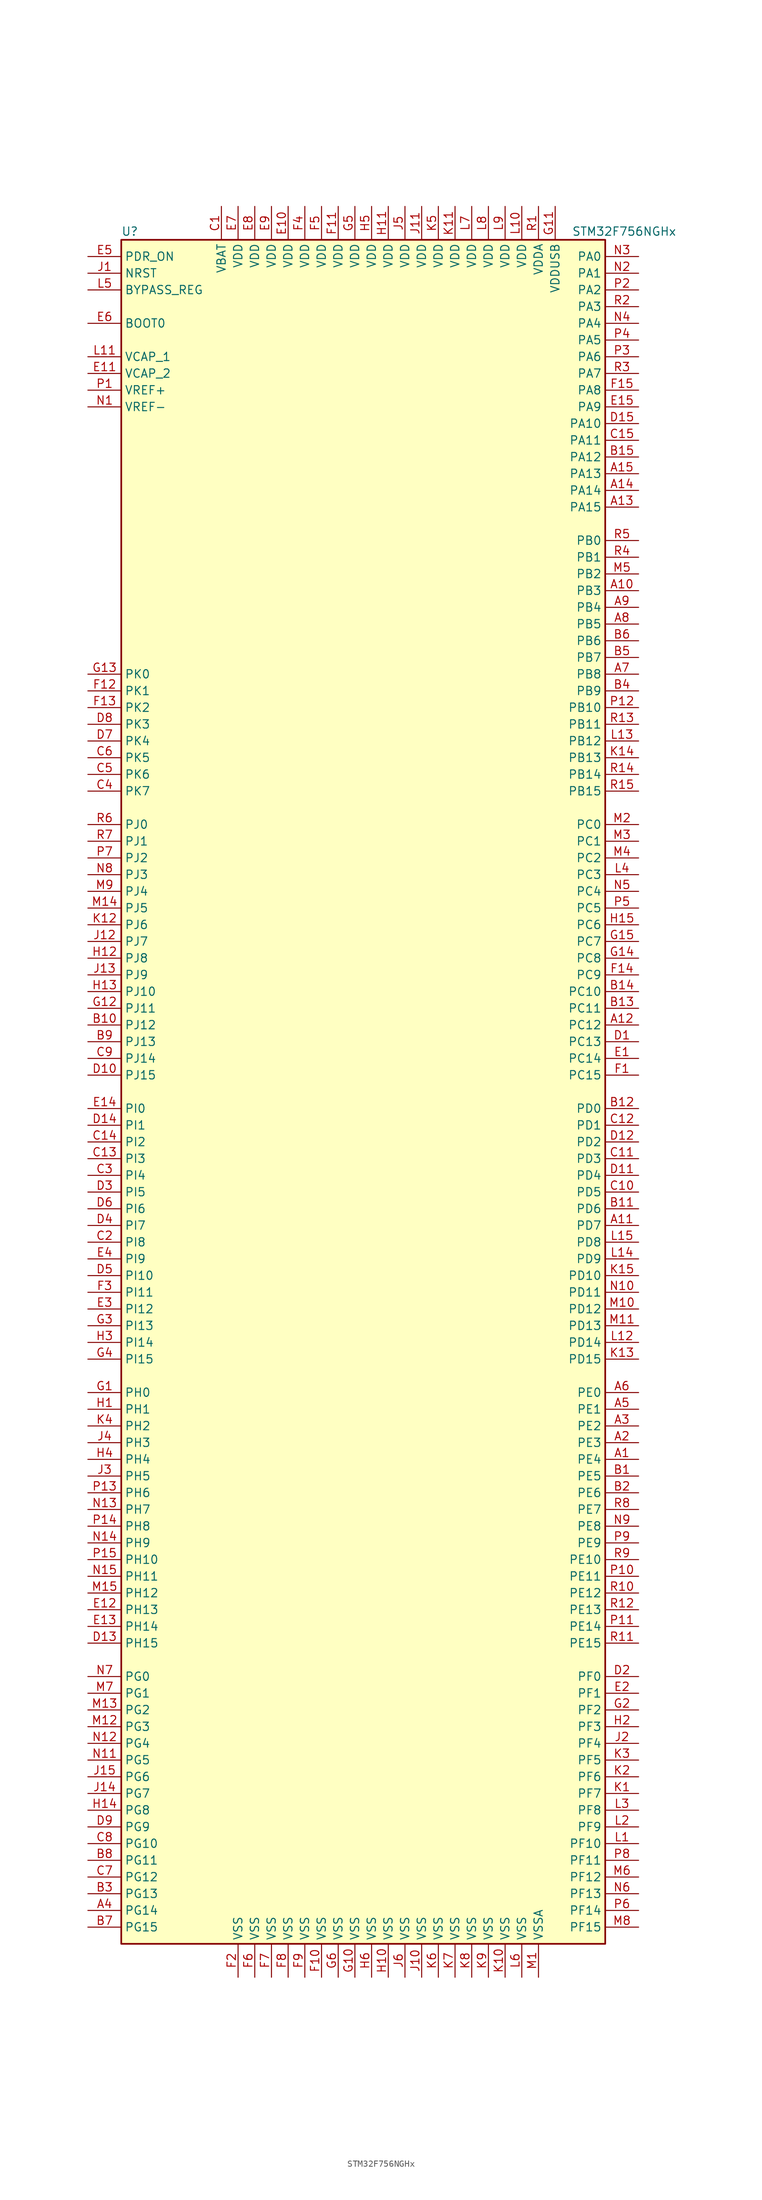
<source format=kicad_sym>
(kicad_symbol_lib
  (version 20220914)
  (generator kicad_symbol_editor)
  (symbol "STM32F756NGHx"
    (property "Reference" "U"
      (at -38.1 130.81 0)
      (effects (font (size 1.27 1.27)) (justify left)))
    (property "Value" "STM32F756NGHx"
      (at 30.48 130.81 0)
      (effects (font (size 1.27 1.27)) (justify left)))
    (symbol "STM32F756NGHx_0_1"
      (rectangle (start -38.1 -129.54) (end 35.56 129.54) (stroke (width 0.254) (type default)) (fill (type background))))
    (symbol "STM32F756NGHx_1_1"
      (pin bidirectional line (at 40.64 -55.88 180) (length 5.08) (name "PE4" (effects (font (size 1.27 1.27)))) (number "A1" (effects (font (size 1.27 1.27)))))
      (pin bidirectional line (at 40.64 76.2 180) (length 5.08) (name "PB3" (effects (font (size 1.27 1.27)))) (number "A10" (effects (font (size 1.27 1.27)))))
      (pin bidirectional line (at 40.64 -20.32 180) (length 5.08) (name "PD7" (effects (font (size 1.27 1.27)))) (number "A11" (effects (font (size 1.27 1.27)))))
      (pin bidirectional line (at 40.64 10.16 180) (length 5.08) (name "PC12" (effects (font (size 1.27 1.27)))) (number "A12" (effects (font (size 1.27 1.27)))))
      (pin bidirectional line (at 40.64 88.9 180) (length 5.08) (name "PA15" (effects (font (size 1.27 1.27)))) (number "A13" (effects (font (size 1.27 1.27)))))
      (pin bidirectional line (at 40.64 91.44 180) (length 5.08) (name "PA14" (effects (font (size 1.27 1.27)))) (number "A14" (effects (font (size 1.27 1.27)))))
      (pin bidirectional line (at 40.64 93.98 180) (length 5.08) (name "PA13" (effects (font (size 1.27 1.27)))) (number "A15" (effects (font (size 1.27 1.27)))))
      (pin bidirectional line (at 40.64 -53.34 180) (length 5.08) (name "PE3" (effects (font (size 1.27 1.27)))) (number "A2" (effects (font (size 1.27 1.27)))))
      (pin bidirectional line (at 40.64 -50.8 180) (length 5.08) (name "PE2" (effects (font (size 1.27 1.27)))) (number "A3" (effects (font (size 1.27 1.27)))))
      (pin bidirectional line (at -43.18 -124.46 0) (length 5.08) (name "PG14" (effects (font (size 1.27 1.27)))) (number "A4" (effects (font (size 1.27 1.27)))))
      (pin bidirectional line (at 40.64 -48.26 180) (length 5.08) (name "PE1" (effects (font (size 1.27 1.27)))) (number "A5" (effects (font (size 1.27 1.27)))))
      (pin bidirectional line (at 40.64 -45.72 180) (length 5.08) (name "PE0" (effects (font (size 1.27 1.27)))) (number "A6" (effects (font (size 1.27 1.27)))))
      (pin bidirectional line (at 40.64 63.5 180) (length 5.08) (name "PB8" (effects (font (size 1.27 1.27)))) (number "A7" (effects (font (size 1.27 1.27)))))
      (pin bidirectional line (at 40.64 71.12 180) (length 5.08) (name "PB5" (effects (font (size 1.27 1.27)))) (number "A8" (effects (font (size 1.27 1.27)))))
      (pin bidirectional line (at 40.64 73.66 180) (length 5.08) (name "PB4" (effects (font (size 1.27 1.27)))) (number "A9" (effects (font (size 1.27 1.27)))))
      (pin bidirectional line (at 40.64 -58.42 180) (length 5.08) (name "PE5" (effects (font (size 1.27 1.27)))) (number "B1" (effects (font (size 1.27 1.27)))))
      (pin bidirectional line (at -43.18 10.16 0) (length 5.08) (name "PJ12" (effects (font (size 1.27 1.27)))) (number "B10" (effects (font (size 1.27 1.27)))))
      (pin bidirectional line (at 40.64 -17.78 180) (length 5.08) (name "PD6" (effects (font (size 1.27 1.27)))) (number "B11" (effects (font (size 1.27 1.27)))))
      (pin bidirectional line (at 40.64 -2.54 180) (length 5.08) (name "PD0" (effects (font (size 1.27 1.27)))) (number "B12" (effects (font (size 1.27 1.27)))))
      (pin bidirectional line (at 40.64 12.7 180) (length 5.08) (name "PC11" (effects (font (size 1.27 1.27)))) (number "B13" (effects (font (size 1.27 1.27)))))
      (pin bidirectional line (at 40.64 15.24 180) (length 5.08) (name "PC10" (effects (font (size 1.27 1.27)))) (number "B14" (effects (font (size 1.27 1.27)))))
      (pin bidirectional line (at 40.64 96.52 180) (length 5.08) (name "PA12" (effects (font (size 1.27 1.27)))) (number "B15" (effects (font (size 1.27 1.27)))))
      (pin bidirectional line (at 40.64 -60.96 180) (length 5.08) (name "PE6" (effects (font (size 1.27 1.27)))) (number "B2" (effects (font (size 1.27 1.27)))))
      (pin bidirectional line (at -43.18 -121.92 0) (length 5.08) (name "PG13" (effects (font (size 1.27 1.27)))) (number "B3" (effects (font (size 1.27 1.27)))))
      (pin bidirectional line (at 40.64 60.96 180) (length 5.08) (name "PB9" (effects (font (size 1.27 1.27)))) (number "B4" (effects (font (size 1.27 1.27)))))
      (pin bidirectional line (at 40.64 66.04 180) (length 5.08) (name "PB7" (effects (font (size 1.27 1.27)))) (number "B5" (effects (font (size 1.27 1.27)))))
      (pin bidirectional line (at 40.64 68.58 180) (length 5.08) (name "PB6" (effects (font (size 1.27 1.27)))) (number "B6" (effects (font (size 1.27 1.27)))))
      (pin bidirectional line (at -43.18 -127 0) (length 5.08) (name "PG15" (effects (font (size 1.27 1.27)))) (number "B7" (effects (font (size 1.27 1.27)))))
      (pin bidirectional line (at -43.18 -116.84 0) (length 5.08) (name "PG11" (effects (font (size 1.27 1.27)))) (number "B8" (effects (font (size 1.27 1.27)))))
      (pin bidirectional line (at -43.18 7.62 0) (length 5.08) (name "PJ13" (effects (font (size 1.27 1.27)))) (number "B9" (effects (font (size 1.27 1.27)))))
      (pin power_in line (at -22.86 134.62 270) (length 5.08) (name "VBAT" (effects (font (size 1.27 1.27)))) (number "C1" (effects (font (size 1.27 1.27)))))
      (pin bidirectional line (at 40.64 -15.24 180) (length 5.08) (name "PD5" (effects (font (size 1.27 1.27)))) (number "C10" (effects (font (size 1.27 1.27)))))
      (pin bidirectional line (at 40.64 -10.16 180) (length 5.08) (name "PD3" (effects (font (size 1.27 1.27)))) (number "C11" (effects (font (size 1.27 1.27)))))
      (pin bidirectional line (at 40.64 -5.08 180) (length 5.08) (name "PD1" (effects (font (size 1.27 1.27)))) (number "C12" (effects (font (size 1.27 1.27)))))
      (pin bidirectional line (at -43.18 -10.16 0) (length 5.08) (name "PI3" (effects (font (size 1.27 1.27)))) (number "C13" (effects (font (size 1.27 1.27)))))
      (pin bidirectional line (at -43.18 -7.62 0) (length 5.08) (name "PI2" (effects (font (size 1.27 1.27)))) (number "C14" (effects (font (size 1.27 1.27)))))
      (pin bidirectional line (at 40.64 99.06 180) (length 5.08) (name "PA11" (effects (font (size 1.27 1.27)))) (number "C15" (effects (font (size 1.27 1.27)))))
      (pin bidirectional line (at -43.18 -22.86 0) (length 5.08) (name "PI8" (effects (font (size 1.27 1.27)))) (number "C2" (effects (font (size 1.27 1.27)))))
      (pin bidirectional line (at -43.18 -12.7 0) (length 5.08) (name "PI4" (effects (font (size 1.27 1.27)))) (number "C3" (effects (font (size 1.27 1.27)))))
      (pin bidirectional line (at -43.18 45.72 0) (length 5.08) (name "PK7" (effects (font (size 1.27 1.27)))) (number "C4" (effects (font (size 1.27 1.27)))))
      (pin bidirectional line (at -43.18 48.26 0) (length 5.08) (name "PK6" (effects (font (size 1.27 1.27)))) (number "C5" (effects (font (size 1.27 1.27)))))
      (pin bidirectional line (at -43.18 50.8 0) (length 5.08) (name "PK5" (effects (font (size 1.27 1.27)))) (number "C6" (effects (font (size 1.27 1.27)))))
      (pin bidirectional line (at -43.18 -119.38 0) (length 5.08) (name "PG12" (effects (font (size 1.27 1.27)))) (number "C7" (effects (font (size 1.27 1.27)))))
      (pin bidirectional line (at -43.18 -114.3 0) (length 5.08) (name "PG10" (effects (font (size 1.27 1.27)))) (number "C8" (effects (font (size 1.27 1.27)))))
      (pin bidirectional line (at -43.18 5.08 0) (length 5.08) (name "PJ14" (effects (font (size 1.27 1.27)))) (number "C9" (effects (font (size 1.27 1.27)))))
      (pin bidirectional line (at 40.64 7.62 180) (length 5.08) (name "PC13" (effects (font (size 1.27 1.27)))) (number "D1" (effects (font (size 1.27 1.27)))))
      (pin bidirectional line (at -43.18 2.54 0) (length 5.08) (name "PJ15" (effects (font (size 1.27 1.27)))) (number "D10" (effects (font (size 1.27 1.27)))))
      (pin bidirectional line (at 40.64 -12.7 180) (length 5.08) (name "PD4" (effects (font (size 1.27 1.27)))) (number "D11" (effects (font (size 1.27 1.27)))))
      (pin bidirectional line (at 40.64 -7.62 180) (length 5.08) (name "PD2" (effects (font (size 1.27 1.27)))) (number "D12" (effects (font (size 1.27 1.27)))))
      (pin bidirectional line (at -43.18 -83.82 0) (length 5.08) (name "PH15" (effects (font (size 1.27 1.27)))) (number "D13" (effects (font (size 1.27 1.27)))))
      (pin bidirectional line (at -43.18 -5.08 0) (length 5.08) (name "PI1" (effects (font (size 1.27 1.27)))) (number "D14" (effects (font (size 1.27 1.27)))))
      (pin bidirectional line (at 40.64 101.6 180) (length 5.08) (name "PA10" (effects (font (size 1.27 1.27)))) (number "D15" (effects (font (size 1.27 1.27)))))
      (pin bidirectional line (at 40.64 -88.9 180) (length 5.08) (name "PF0" (effects (font (size 1.27 1.27)))) (number "D2" (effects (font (size 1.27 1.27)))))
      (pin bidirectional line (at -43.18 -15.24 0) (length 5.08) (name "PI5" (effects (font (size 1.27 1.27)))) (number "D3" (effects (font (size 1.27 1.27)))))
      (pin bidirectional line (at -43.18 -20.32 0) (length 5.08) (name "PI7" (effects (font (size 1.27 1.27)))) (number "D4" (effects (font (size 1.27 1.27)))))
      (pin bidirectional line (at -43.18 -27.94 0) (length 5.08) (name "PI10" (effects (font (size 1.27 1.27)))) (number "D5" (effects (font (size 1.27 1.27)))))
      (pin bidirectional line (at -43.18 -17.78 0) (length 5.08) (name "PI6" (effects (font (size 1.27 1.27)))) (number "D6" (effects (font (size 1.27 1.27)))))
      (pin bidirectional line (at -43.18 53.34 0) (length 5.08) (name "PK4" (effects (font (size 1.27 1.27)))) (number "D7" (effects (font (size 1.27 1.27)))))
      (pin bidirectional line (at -43.18 55.88 0) (length 5.08) (name "PK3" (effects (font (size 1.27 1.27)))) (number "D8" (effects (font (size 1.27 1.27)))))
      (pin bidirectional line (at -43.18 -111.76 0) (length 5.08) (name "PG9" (effects (font (size 1.27 1.27)))) (number "D9" (effects (font (size 1.27 1.27)))))
      (pin bidirectional line (at 40.64 5.08 180) (length 5.08) (name "PC14" (effects (font (size 1.27 1.27)))) (number "E1" (effects (font (size 1.27 1.27)))))
      (pin power_in line (at -12.7 134.62 270) (length 5.08) (name "VDD" (effects (font (size 1.27 1.27)))) (number "E10" (effects (font (size 1.27 1.27)))))
      (pin power_in line (at -43.18 109.22 0) (length 5.08) (name "VCAP_2" (effects (font (size 1.27 1.27)))) (number "E11" (effects (font (size 1.27 1.27)))))
      (pin bidirectional line (at -43.18 -78.74 0) (length 5.08) (name "PH13" (effects (font (size 1.27 1.27)))) (number "E12" (effects (font (size 1.27 1.27)))))
      (pin bidirectional line (at -43.18 -81.28 0) (length 5.08) (name "PH14" (effects (font (size 1.27 1.27)))) (number "E13" (effects (font (size 1.27 1.27)))))
      (pin bidirectional line (at -43.18 -2.54 0) (length 5.08) (name "PI0" (effects (font (size 1.27 1.27)))) (number "E14" (effects (font (size 1.27 1.27)))))
      (pin bidirectional line (at 40.64 104.14 180) (length 5.08) (name "PA9" (effects (font (size 1.27 1.27)))) (number "E15" (effects (font (size 1.27 1.27)))))
      (pin bidirectional line (at 40.64 -91.44 180) (length 5.08) (name "PF1" (effects (font (size 1.27 1.27)))) (number "E2" (effects (font (size 1.27 1.27)))))
      (pin bidirectional line (at -43.18 -33.02 0) (length 5.08) (name "PI12" (effects (font (size 1.27 1.27)))) (number "E3" (effects (font (size 1.27 1.27)))))
      (pin bidirectional line (at -43.18 -25.4 0) (length 5.08) (name "PI9" (effects (font (size 1.27 1.27)))) (number "E4" (effects (font (size 1.27 1.27)))))
      (pin input line (at -43.18 127 0) (length 5.08) (name "PDR_ON" (effects (font (size 1.27 1.27)))) (number "E5" (effects (font (size 1.27 1.27)))))
      (pin input line (at -43.18 116.84 0) (length 5.08) (name "BOOT0" (effects (font (size 1.27 1.27)))) (number "E6" (effects (font (size 1.27 1.27)))))
      (pin power_in line (at -20.32 134.62 270) (length 5.08) (name "VDD" (effects (font (size 1.27 1.27)))) (number "E7" (effects (font (size 1.27 1.27)))))
      (pin power_in line (at -17.78 134.62 270) (length 5.08) (name "VDD" (effects (font (size 1.27 1.27)))) (number "E8" (effects (font (size 1.27 1.27)))))
      (pin power_in line (at -15.24 134.62 270) (length 5.08) (name "VDD" (effects (font (size 1.27 1.27)))) (number "E9" (effects (font (size 1.27 1.27)))))
      (pin bidirectional line (at 40.64 2.54 180) (length 5.08) (name "PC15" (effects (font (size 1.27 1.27)))) (number "F1" (effects (font (size 1.27 1.27)))))
      (pin power_in line (at -7.62 -134.62 90) (length 5.08) (name "VSS" (effects (font (size 1.27 1.27)))) (number "F10" (effects (font (size 1.27 1.27)))))
      (pin power_in line (at -5.08 134.62 270) (length 5.08) (name "VDD" (effects (font (size 1.27 1.27)))) (number "F11" (effects (font (size 1.27 1.27)))))
      (pin bidirectional line (at -43.18 60.96 0) (length 5.08) (name "PK1" (effects (font (size 1.27 1.27)))) (number "F12" (effects (font (size 1.27 1.27)))))
      (pin bidirectional line (at -43.18 58.42 0) (length 5.08) (name "PK2" (effects (font (size 1.27 1.27)))) (number "F13" (effects (font (size 1.27 1.27)))))
      (pin bidirectional line (at 40.64 17.78 180) (length 5.08) (name "PC9" (effects (font (size 1.27 1.27)))) (number "F14" (effects (font (size 1.27 1.27)))))
      (pin bidirectional line (at 40.64 106.68 180) (length 5.08) (name "PA8" (effects (font (size 1.27 1.27)))) (number "F15" (effects (font (size 1.27 1.27)))))
      (pin power_in line (at -20.32 -134.62 90) (length 5.08) (name "VSS" (effects (font (size 1.27 1.27)))) (number "F2" (effects (font (size 1.27 1.27)))))
      (pin bidirectional line (at -43.18 -30.48 0) (length 5.08) (name "PI11" (effects (font (size 1.27 1.27)))) (number "F3" (effects (font (size 1.27 1.27)))))
      (pin power_in line (at -10.16 134.62 270) (length 5.08) (name "VDD" (effects (font (size 1.27 1.27)))) (number "F4" (effects (font (size 1.27 1.27)))))
      (pin power_in line (at -7.62 134.62 270) (length 5.08) (name "VDD" (effects (font (size 1.27 1.27)))) (number "F5" (effects (font (size 1.27 1.27)))))
      (pin power_in line (at -17.78 -134.62 90) (length 5.08) (name "VSS" (effects (font (size 1.27 1.27)))) (number "F6" (effects (font (size 1.27 1.27)))))
      (pin power_in line (at -15.24 -134.62 90) (length 5.08) (name "VSS" (effects (font (size 1.27 1.27)))) (number "F7" (effects (font (size 1.27 1.27)))))
      (pin power_in line (at -12.7 -134.62 90) (length 5.08) (name "VSS" (effects (font (size 1.27 1.27)))) (number "F8" (effects (font (size 1.27 1.27)))))
      (pin power_in line (at -10.16 -134.62 90) (length 5.08) (name "VSS" (effects (font (size 1.27 1.27)))) (number "F9" (effects (font (size 1.27 1.27)))))
      (pin input line (at -43.18 -45.72 0) (length 5.08) (name "PH0" (effects (font (size 1.27 1.27)))) (number "G1" (effects (font (size 1.27 1.27)))))
      (pin power_in line (at -2.54 -134.62 90) (length 5.08) (name "VSS" (effects (font (size 1.27 1.27)))) (number "G10" (effects (font (size 1.27 1.27)))))
      (pin power_in line (at 27.94 134.62 270) (length 5.08) (name "VDDUSB" (effects (font (size 1.27 1.27)))) (number "G11" (effects (font (size 1.27 1.27)))))
      (pin bidirectional line (at -43.18 12.7 0) (length 5.08) (name "PJ11" (effects (font (size 1.27 1.27)))) (number "G12" (effects (font (size 1.27 1.27)))))
      (pin bidirectional line (at -43.18 63.5 0) (length 5.08) (name "PK0" (effects (font (size 1.27 1.27)))) (number "G13" (effects (font (size 1.27 1.27)))))
      (pin bidirectional line (at 40.64 20.32 180) (length 5.08) (name "PC8" (effects (font (size 1.27 1.27)))) (number "G14" (effects (font (size 1.27 1.27)))))
      (pin bidirectional line (at 40.64 22.86 180) (length 5.08) (name "PC7" (effects (font (size 1.27 1.27)))) (number "G15" (effects (font (size 1.27 1.27)))))
      (pin bidirectional line (at 40.64 -93.98 180) (length 5.08) (name "PF2" (effects (font (size 1.27 1.27)))) (number "G2" (effects (font (size 1.27 1.27)))))
      (pin bidirectional line (at -43.18 -35.56 0) (length 5.08) (name "PI13" (effects (font (size 1.27 1.27)))) (number "G3" (effects (font (size 1.27 1.27)))))
      (pin bidirectional line (at -43.18 -40.64 0) (length 5.08) (name "PI15" (effects (font (size 1.27 1.27)))) (number "G4" (effects (font (size 1.27 1.27)))))
      (pin power_in line (at -2.54 134.62 270) (length 5.08) (name "VDD" (effects (font (size 1.27 1.27)))) (number "G5" (effects (font (size 1.27 1.27)))))
      (pin power_in line (at -5.08 -134.62 90) (length 5.08) (name "VSS" (effects (font (size 1.27 1.27)))) (number "G6" (effects (font (size 1.27 1.27)))))
      (pin input line (at -43.18 -48.26 0) (length 5.08) (name "PH1" (effects (font (size 1.27 1.27)))) (number "H1" (effects (font (size 1.27 1.27)))))
      (pin power_in line (at 2.54 -134.62 90) (length 5.08) (name "VSS" (effects (font (size 1.27 1.27)))) (number "H10" (effects (font (size 1.27 1.27)))))
      (pin power_in line (at 2.54 134.62 270) (length 5.08) (name "VDD" (effects (font (size 1.27 1.27)))) (number "H11" (effects (font (size 1.27 1.27)))))
      (pin bidirectional line (at -43.18 20.32 0) (length 5.08) (name "PJ8" (effects (font (size 1.27 1.27)))) (number "H12" (effects (font (size 1.27 1.27)))))
      (pin bidirectional line (at -43.18 15.24 0) (length 5.08) (name "PJ10" (effects (font (size 1.27 1.27)))) (number "H13" (effects (font (size 1.27 1.27)))))
      (pin bidirectional line (at -43.18 -109.22 0) (length 5.08) (name "PG8" (effects (font (size 1.27 1.27)))) (number "H14" (effects (font (size 1.27 1.27)))))
      (pin bidirectional line (at 40.64 25.4 180) (length 5.08) (name "PC6" (effects (font (size 1.27 1.27)))) (number "H15" (effects (font (size 1.27 1.27)))))
      (pin bidirectional line (at 40.64 -96.52 180) (length 5.08) (name "PF3" (effects (font (size 1.27 1.27)))) (number "H2" (effects (font (size 1.27 1.27)))))
      (pin bidirectional line (at -43.18 -38.1 0) (length 5.08) (name "PI14" (effects (font (size 1.27 1.27)))) (number "H3" (effects (font (size 1.27 1.27)))))
      (pin bidirectional line (at -43.18 -55.88 0) (length 5.08) (name "PH4" (effects (font (size 1.27 1.27)))) (number "H4" (effects (font (size 1.27 1.27)))))
      (pin power_in line (at 0 134.62 270) (length 5.08) (name "VDD" (effects (font (size 1.27 1.27)))) (number "H5" (effects (font (size 1.27 1.27)))))
      (pin power_in line (at 0 -134.62 90) (length 5.08) (name "VSS" (effects (font (size 1.27 1.27)))) (number "H6" (effects (font (size 1.27 1.27)))))
      (pin input line (at -43.18 124.46 0) (length 5.08) (name "NRST" (effects (font (size 1.27 1.27)))) (number "J1" (effects (font (size 1.27 1.27)))))
      (pin power_in line (at 7.62 -134.62 90) (length 5.08) (name "VSS" (effects (font (size 1.27 1.27)))) (number "J10" (effects (font (size 1.27 1.27)))))
      (pin power_in line (at 7.62 134.62 270) (length 5.08) (name "VDD" (effects (font (size 1.27 1.27)))) (number "J11" (effects (font (size 1.27 1.27)))))
      (pin bidirectional line (at -43.18 22.86 0) (length 5.08) (name "PJ7" (effects (font (size 1.27 1.27)))) (number "J12" (effects (font (size 1.27 1.27)))))
      (pin bidirectional line (at -43.18 17.78 0) (length 5.08) (name "PJ9" (effects (font (size 1.27 1.27)))) (number "J13" (effects (font (size 1.27 1.27)))))
      (pin bidirectional line (at -43.18 -106.68 0) (length 5.08) (name "PG7" (effects (font (size 1.27 1.27)))) (number "J14" (effects (font (size 1.27 1.27)))))
      (pin bidirectional line (at -43.18 -104.14 0) (length 5.08) (name "PG6" (effects (font (size 1.27 1.27)))) (number "J15" (effects (font (size 1.27 1.27)))))
      (pin bidirectional line (at 40.64 -99.06 180) (length 5.08) (name "PF4" (effects (font (size 1.27 1.27)))) (number "J2" (effects (font (size 1.27 1.27)))))
      (pin bidirectional line (at -43.18 -58.42 0) (length 5.08) (name "PH5" (effects (font (size 1.27 1.27)))) (number "J3" (effects (font (size 1.27 1.27)))))
      (pin bidirectional line (at -43.18 -53.34 0) (length 5.08) (name "PH3" (effects (font (size 1.27 1.27)))) (number "J4" (effects (font (size 1.27 1.27)))))
      (pin power_in line (at 5.08 134.62 270) (length 5.08) (name "VDD" (effects (font (size 1.27 1.27)))) (number "J5" (effects (font (size 1.27 1.27)))))
      (pin power_in line (at 5.08 -134.62 90) (length 5.08) (name "VSS" (effects (font (size 1.27 1.27)))) (number "J6" (effects (font (size 1.27 1.27)))))
      (pin bidirectional line (at 40.64 -106.68 180) (length 5.08) (name "PF7" (effects (font (size 1.27 1.27)))) (number "K1" (effects (font (size 1.27 1.27)))))
      (pin power_in line (at 20.32 -134.62 90) (length 5.08) (name "VSS" (effects (font (size 1.27 1.27)))) (number "K10" (effects (font (size 1.27 1.27)))))
      (pin power_in line (at 12.7 134.62 270) (length 5.08) (name "VDD" (effects (font (size 1.27 1.27)))) (number "K11" (effects (font (size 1.27 1.27)))))
      (pin bidirectional line (at -43.18 25.4 0) (length 5.08) (name "PJ6" (effects (font (size 1.27 1.27)))) (number "K12" (effects (font (size 1.27 1.27)))))
      (pin bidirectional line (at 40.64 -40.64 180) (length 5.08) (name "PD15" (effects (font (size 1.27 1.27)))) (number "K13" (effects (font (size 1.27 1.27)))))
      (pin bidirectional line (at 40.64 50.8 180) (length 5.08) (name "PB13" (effects (font (size 1.27 1.27)))) (number "K14" (effects (font (size 1.27 1.27)))))
      (pin bidirectional line (at 40.64 -27.94 180) (length 5.08) (name "PD10" (effects (font (size 1.27 1.27)))) (number "K15" (effects (font (size 1.27 1.27)))))
      (pin bidirectional line (at 40.64 -104.14 180) (length 5.08) (name "PF6" (effects (font (size 1.27 1.27)))) (number "K2" (effects (font (size 1.27 1.27)))))
      (pin bidirectional line (at 40.64 -101.6 180) (length 5.08) (name "PF5" (effects (font (size 1.27 1.27)))) (number "K3" (effects (font (size 1.27 1.27)))))
      (pin bidirectional line (at -43.18 -50.8 0) (length 5.08) (name "PH2" (effects (font (size 1.27 1.27)))) (number "K4" (effects (font (size 1.27 1.27)))))
      (pin power_in line (at 10.16 134.62 270) (length 5.08) (name "VDD" (effects (font (size 1.27 1.27)))) (number "K5" (effects (font (size 1.27 1.27)))))
      (pin power_in line (at 10.16 -134.62 90) (length 5.08) (name "VSS" (effects (font (size 1.27 1.27)))) (number "K6" (effects (font (size 1.27 1.27)))))
      (pin power_in line (at 12.7 -134.62 90) (length 5.08) (name "VSS" (effects (font (size 1.27 1.27)))) (number "K7" (effects (font (size 1.27 1.27)))))
      (pin power_in line (at 15.24 -134.62 90) (length 5.08) (name "VSS" (effects (font (size 1.27 1.27)))) (number "K8" (effects (font (size 1.27 1.27)))))
      (pin power_in line (at 17.78 -134.62 90) (length 5.08) (name "VSS" (effects (font (size 1.27 1.27)))) (number "K9" (effects (font (size 1.27 1.27)))))
      (pin bidirectional line (at 40.64 -114.3 180) (length 5.08) (name "PF10" (effects (font (size 1.27 1.27)))) (number "L1" (effects (font (size 1.27 1.27)))))
      (pin power_in line (at 22.86 134.62 270) (length 5.08) (name "VDD" (effects (font (size 1.27 1.27)))) (number "L10" (effects (font (size 1.27 1.27)))))
      (pin power_in line (at -43.18 111.76 0) (length 5.08) (name "VCAP_1" (effects (font (size 1.27 1.27)))) (number "L11" (effects (font (size 1.27 1.27)))))
      (pin bidirectional line (at 40.64 -38.1 180) (length 5.08) (name "PD14" (effects (font (size 1.27 1.27)))) (number "L12" (effects (font (size 1.27 1.27)))))
      (pin bidirectional line (at 40.64 53.34 180) (length 5.08) (name "PB12" (effects (font (size 1.27 1.27)))) (number "L13" (effects (font (size 1.27 1.27)))))
      (pin bidirectional line (at 40.64 -25.4 180) (length 5.08) (name "PD9" (effects (font (size 1.27 1.27)))) (number "L14" (effects (font (size 1.27 1.27)))))
      (pin bidirectional line (at 40.64 -22.86 180) (length 5.08) (name "PD8" (effects (font (size 1.27 1.27)))) (number "L15" (effects (font (size 1.27 1.27)))))
      (pin bidirectional line (at 40.64 -111.76 180) (length 5.08) (name "PF9" (effects (font (size 1.27 1.27)))) (number "L2" (effects (font (size 1.27 1.27)))))
      (pin bidirectional line (at 40.64 -109.22 180) (length 5.08) (name "PF8" (effects (font (size 1.27 1.27)))) (number "L3" (effects (font (size 1.27 1.27)))))
      (pin bidirectional line (at 40.64 33.02 180) (length 5.08) (name "PC3" (effects (font (size 1.27 1.27)))) (number "L4" (effects (font (size 1.27 1.27)))))
      (pin input line (at -43.18 121.92 0) (length 5.08) (name "BYPASS_REG" (effects (font (size 1.27 1.27)))) (number "L5" (effects (font (size 1.27 1.27)))))
      (pin power_in line (at 22.86 -134.62 90) (length 5.08) (name "VSS" (effects (font (size 1.27 1.27)))) (number "L6" (effects (font (size 1.27 1.27)))))
      (pin power_in line (at 15.24 134.62 270) (length 5.08) (name "VDD" (effects (font (size 1.27 1.27)))) (number "L7" (effects (font (size 1.27 1.27)))))
      (pin power_in line (at 17.78 134.62 270) (length 5.08) (name "VDD" (effects (font (size 1.27 1.27)))) (number "L8" (effects (font (size 1.27 1.27)))))
      (pin power_in line (at 20.32 134.62 270) (length 5.08) (name "VDD" (effects (font (size 1.27 1.27)))) (number "L9" (effects (font (size 1.27 1.27)))))
      (pin power_in line (at 25.4 -134.62 90) (length 5.08) (name "VSSA" (effects (font (size 1.27 1.27)))) (number "M1" (effects (font (size 1.27 1.27)))))
      (pin bidirectional line (at 40.64 -33.02 180) (length 5.08) (name "PD12" (effects (font (size 1.27 1.27)))) (number "M10" (effects (font (size 1.27 1.27)))))
      (pin bidirectional line (at 40.64 -35.56 180) (length 5.08) (name "PD13" (effects (font (size 1.27 1.27)))) (number "M11" (effects (font (size 1.27 1.27)))))
      (pin bidirectional line (at -43.18 -96.52 0) (length 5.08) (name "PG3" (effects (font (size 1.27 1.27)))) (number "M12" (effects (font (size 1.27 1.27)))))
      (pin bidirectional line (at -43.18 -93.98 0) (length 5.08) (name "PG2" (effects (font (size 1.27 1.27)))) (number "M13" (effects (font (size 1.27 1.27)))))
      (pin bidirectional line (at -43.18 27.94 0) (length 5.08) (name "PJ5" (effects (font (size 1.27 1.27)))) (number "M14" (effects (font (size 1.27 1.27)))))
      (pin bidirectional line (at -43.18 -76.2 0) (length 5.08) (name "PH12" (effects (font (size 1.27 1.27)))) (number "M15" (effects (font (size 1.27 1.27)))))
      (pin bidirectional line (at 40.64 40.64 180) (length 5.08) (name "PC0" (effects (font (size 1.27 1.27)))) (number "M2" (effects (font (size 1.27 1.27)))))
      (pin bidirectional line (at 40.64 38.1 180) (length 5.08) (name "PC1" (effects (font (size 1.27 1.27)))) (number "M3" (effects (font (size 1.27 1.27)))))
      (pin bidirectional line (at 40.64 35.56 180) (length 5.08) (name "PC2" (effects (font (size 1.27 1.27)))) (number "M4" (effects (font (size 1.27 1.27)))))
      (pin bidirectional line (at 40.64 78.74 180) (length 5.08) (name "PB2" (effects (font (size 1.27 1.27)))) (number "M5" (effects (font (size 1.27 1.27)))))
      (pin bidirectional line (at 40.64 -119.38 180) (length 5.08) (name "PF12" (effects (font (size 1.27 1.27)))) (number "M6" (effects (font (size 1.27 1.27)))))
      (pin bidirectional line (at -43.18 -91.44 0) (length 5.08) (name "PG1" (effects (font (size 1.27 1.27)))) (number "M7" (effects (font (size 1.27 1.27)))))
      (pin bidirectional line (at 40.64 -127 180) (length 5.08) (name "PF15" (effects (font (size 1.27 1.27)))) (number "M8" (effects (font (size 1.27 1.27)))))
      (pin bidirectional line (at -43.18 30.48 0) (length 5.08) (name "PJ4" (effects (font (size 1.27 1.27)))) (number "M9" (effects (font (size 1.27 1.27)))))
      (pin power_in line (at -43.18 104.14 0) (length 5.08) (name "VREF-" (effects (font (size 1.27 1.27)))) (number "N1" (effects (font (size 1.27 1.27)))))
      (pin bidirectional line (at 40.64 -30.48 180) (length 5.08) (name "PD11" (effects (font (size 1.27 1.27)))) (number "N10" (effects (font (size 1.27 1.27)))))
      (pin bidirectional line (at -43.18 -101.6 0) (length 5.08) (name "PG5" (effects (font (size 1.27 1.27)))) (number "N11" (effects (font (size 1.27 1.27)))))
      (pin bidirectional line (at -43.18 -99.06 0) (length 5.08) (name "PG4" (effects (font (size 1.27 1.27)))) (number "N12" (effects (font (size 1.27 1.27)))))
      (pin bidirectional line (at -43.18 -63.5 0) (length 5.08) (name "PH7" (effects (font (size 1.27 1.27)))) (number "N13" (effects (font (size 1.27 1.27)))))
      (pin bidirectional line (at -43.18 -68.58 0) (length 5.08) (name "PH9" (effects (font (size 1.27 1.27)))) (number "N14" (effects (font (size 1.27 1.27)))))
      (pin bidirectional line (at -43.18 -73.66 0) (length 5.08) (name "PH11" (effects (font (size 1.27 1.27)))) (number "N15" (effects (font (size 1.27 1.27)))))
      (pin bidirectional line (at 40.64 124.46 180) (length 5.08) (name "PA1" (effects (font (size 1.27 1.27)))) (number "N2" (effects (font (size 1.27 1.27)))))
      (pin bidirectional line (at 40.64 127 180) (length 5.08) (name "PA0" (effects (font (size 1.27 1.27)))) (number "N3" (effects (font (size 1.27 1.27)))))
      (pin bidirectional line (at 40.64 116.84 180) (length 5.08) (name "PA4" (effects (font (size 1.27 1.27)))) (number "N4" (effects (font (size 1.27 1.27)))))
      (pin bidirectional line (at 40.64 30.48 180) (length 5.08) (name "PC4" (effects (font (size 1.27 1.27)))) (number "N5" (effects (font (size 1.27 1.27)))))
      (pin bidirectional line (at 40.64 -121.92 180) (length 5.08) (name "PF13" (effects (font (size 1.27 1.27)))) (number "N6" (effects (font (size 1.27 1.27)))))
      (pin bidirectional line (at -43.18 -88.9 0) (length 5.08) (name "PG0" (effects (font (size 1.27 1.27)))) (number "N7" (effects (font (size 1.27 1.27)))))
      (pin bidirectional line (at -43.18 33.02 0) (length 5.08) (name "PJ3" (effects (font (size 1.27 1.27)))) (number "N8" (effects (font (size 1.27 1.27)))))
      (pin bidirectional line (at 40.64 -66.04 180) (length 5.08) (name "PE8" (effects (font (size 1.27 1.27)))) (number "N9" (effects (font (size 1.27 1.27)))))
      (pin power_in line (at -43.18 106.68 0) (length 5.08) (name "VREF+" (effects (font (size 1.27 1.27)))) (number "P1" (effects (font (size 1.27 1.27)))))
      (pin bidirectional line (at 40.64 -73.66 180) (length 5.08) (name "PE11" (effects (font (size 1.27 1.27)))) (number "P10" (effects (font (size 1.27 1.27)))))
      (pin bidirectional line (at 40.64 -81.28 180) (length 5.08) (name "PE14" (effects (font (size 1.27 1.27)))) (number "P11" (effects (font (size 1.27 1.27)))))
      (pin bidirectional line (at 40.64 58.42 180) (length 5.08) (name "PB10" (effects (font (size 1.27 1.27)))) (number "P12" (effects (font (size 1.27 1.27)))))
      (pin bidirectional line (at -43.18 -60.96 0) (length 5.08) (name "PH6" (effects (font (size 1.27 1.27)))) (number "P13" (effects (font (size 1.27 1.27)))))
      (pin bidirectional line (at -43.18 -66.04 0) (length 5.08) (name "PH8" (effects (font (size 1.27 1.27)))) (number "P14" (effects (font (size 1.27 1.27)))))
      (pin bidirectional line (at -43.18 -71.12 0) (length 5.08) (name "PH10" (effects (font (size 1.27 1.27)))) (number "P15" (effects (font (size 1.27 1.27)))))
      (pin bidirectional line (at 40.64 121.92 180) (length 5.08) (name "PA2" (effects (font (size 1.27 1.27)))) (number "P2" (effects (font (size 1.27 1.27)))))
      (pin bidirectional line (at 40.64 111.76 180) (length 5.08) (name "PA6" (effects (font (size 1.27 1.27)))) (number "P3" (effects (font (size 1.27 1.27)))))
      (pin bidirectional line (at 40.64 114.3 180) (length 5.08) (name "PA5" (effects (font (size 1.27 1.27)))) (number "P4" (effects (font (size 1.27 1.27)))))
      (pin bidirectional line (at 40.64 27.94 180) (length 5.08) (name "PC5" (effects (font (size 1.27 1.27)))) (number "P5" (effects (font (size 1.27 1.27)))))
      (pin bidirectional line (at 40.64 -124.46 180) (length 5.08) (name "PF14" (effects (font (size 1.27 1.27)))) (number "P6" (effects (font (size 1.27 1.27)))))
      (pin bidirectional line (at -43.18 35.56 0) (length 5.08) (name "PJ2" (effects (font (size 1.27 1.27)))) (number "P7" (effects (font (size 1.27 1.27)))))
      (pin bidirectional line (at 40.64 -116.84 180) (length 5.08) (name "PF11" (effects (font (size 1.27 1.27)))) (number "P8" (effects (font (size 1.27 1.27)))))
      (pin bidirectional line (at 40.64 -68.58 180) (length 5.08) (name "PE9" (effects (font (size 1.27 1.27)))) (number "P9" (effects (font (size 1.27 1.27)))))
      (pin power_in line (at 25.4 134.62 270) (length 5.08) (name "VDDA" (effects (font (size 1.27 1.27)))) (number "R1" (effects (font (size 1.27 1.27)))))
      (pin bidirectional line (at 40.64 -76.2 180) (length 5.08) (name "PE12" (effects (font (size 1.27 1.27)))) (number "R10" (effects (font (size 1.27 1.27)))))
      (pin bidirectional line (at 40.64 -83.82 180) (length 5.08) (name "PE15" (effects (font (size 1.27 1.27)))) (number "R11" (effects (font (size 1.27 1.27)))))
      (pin bidirectional line (at 40.64 -78.74 180) (length 5.08) (name "PE13" (effects (font (size 1.27 1.27)))) (number "R12" (effects (font (size 1.27 1.27)))))
      (pin bidirectional line (at 40.64 55.88 180) (length 5.08) (name "PB11" (effects (font (size 1.27 1.27)))) (number "R13" (effects (font (size 1.27 1.27)))))
      (pin bidirectional line (at 40.64 48.26 180) (length 5.08) (name "PB14" (effects (font (size 1.27 1.27)))) (number "R14" (effects (font (size 1.27 1.27)))))
      (pin bidirectional line (at 40.64 45.72 180) (length 5.08) (name "PB15" (effects (font (size 1.27 1.27)))) (number "R15" (effects (font (size 1.27 1.27)))))
      (pin bidirectional line (at 40.64 119.38 180) (length 5.08) (name "PA3" (effects (font (size 1.27 1.27)))) (number "R2" (effects (font (size 1.27 1.27)))))
      (pin bidirectional line (at 40.64 109.22 180) (length 5.08) (name "PA7" (effects (font (size 1.27 1.27)))) (number "R3" (effects (font (size 1.27 1.27)))))
      (pin bidirectional line (at 40.64 81.28 180) (length 5.08) (name "PB1" (effects (font (size 1.27 1.27)))) (number "R4" (effects (font (size 1.27 1.27)))))
      (pin bidirectional line (at 40.64 83.82 180) (length 5.08) (name "PB0" (effects (font (size 1.27 1.27)))) (number "R5" (effects (font (size 1.27 1.27)))))
      (pin bidirectional line (at -43.18 40.64 0) (length 5.08) (name "PJ0" (effects (font (size 1.27 1.27)))) (number "R6" (effects (font (size 1.27 1.27)))))
      (pin bidirectional line (at -43.18 38.1 0) (length 5.08) (name "PJ1" (effects (font (size 1.27 1.27)))) (number "R7" (effects (font (size 1.27 1.27)))))
      (pin bidirectional line (at 40.64 -63.5 180) (length 5.08) (name "PE7" (effects (font (size 1.27 1.27)))) (number "R8" (effects (font (size 1.27 1.27)))))
      (pin bidirectional line (at 40.64 -71.12 180) (length 5.08) (name "PE10" (effects (font (size 1.27 1.27)))) (number "R9" (effects (font (size 1.27 1.27))))))))
</source>
